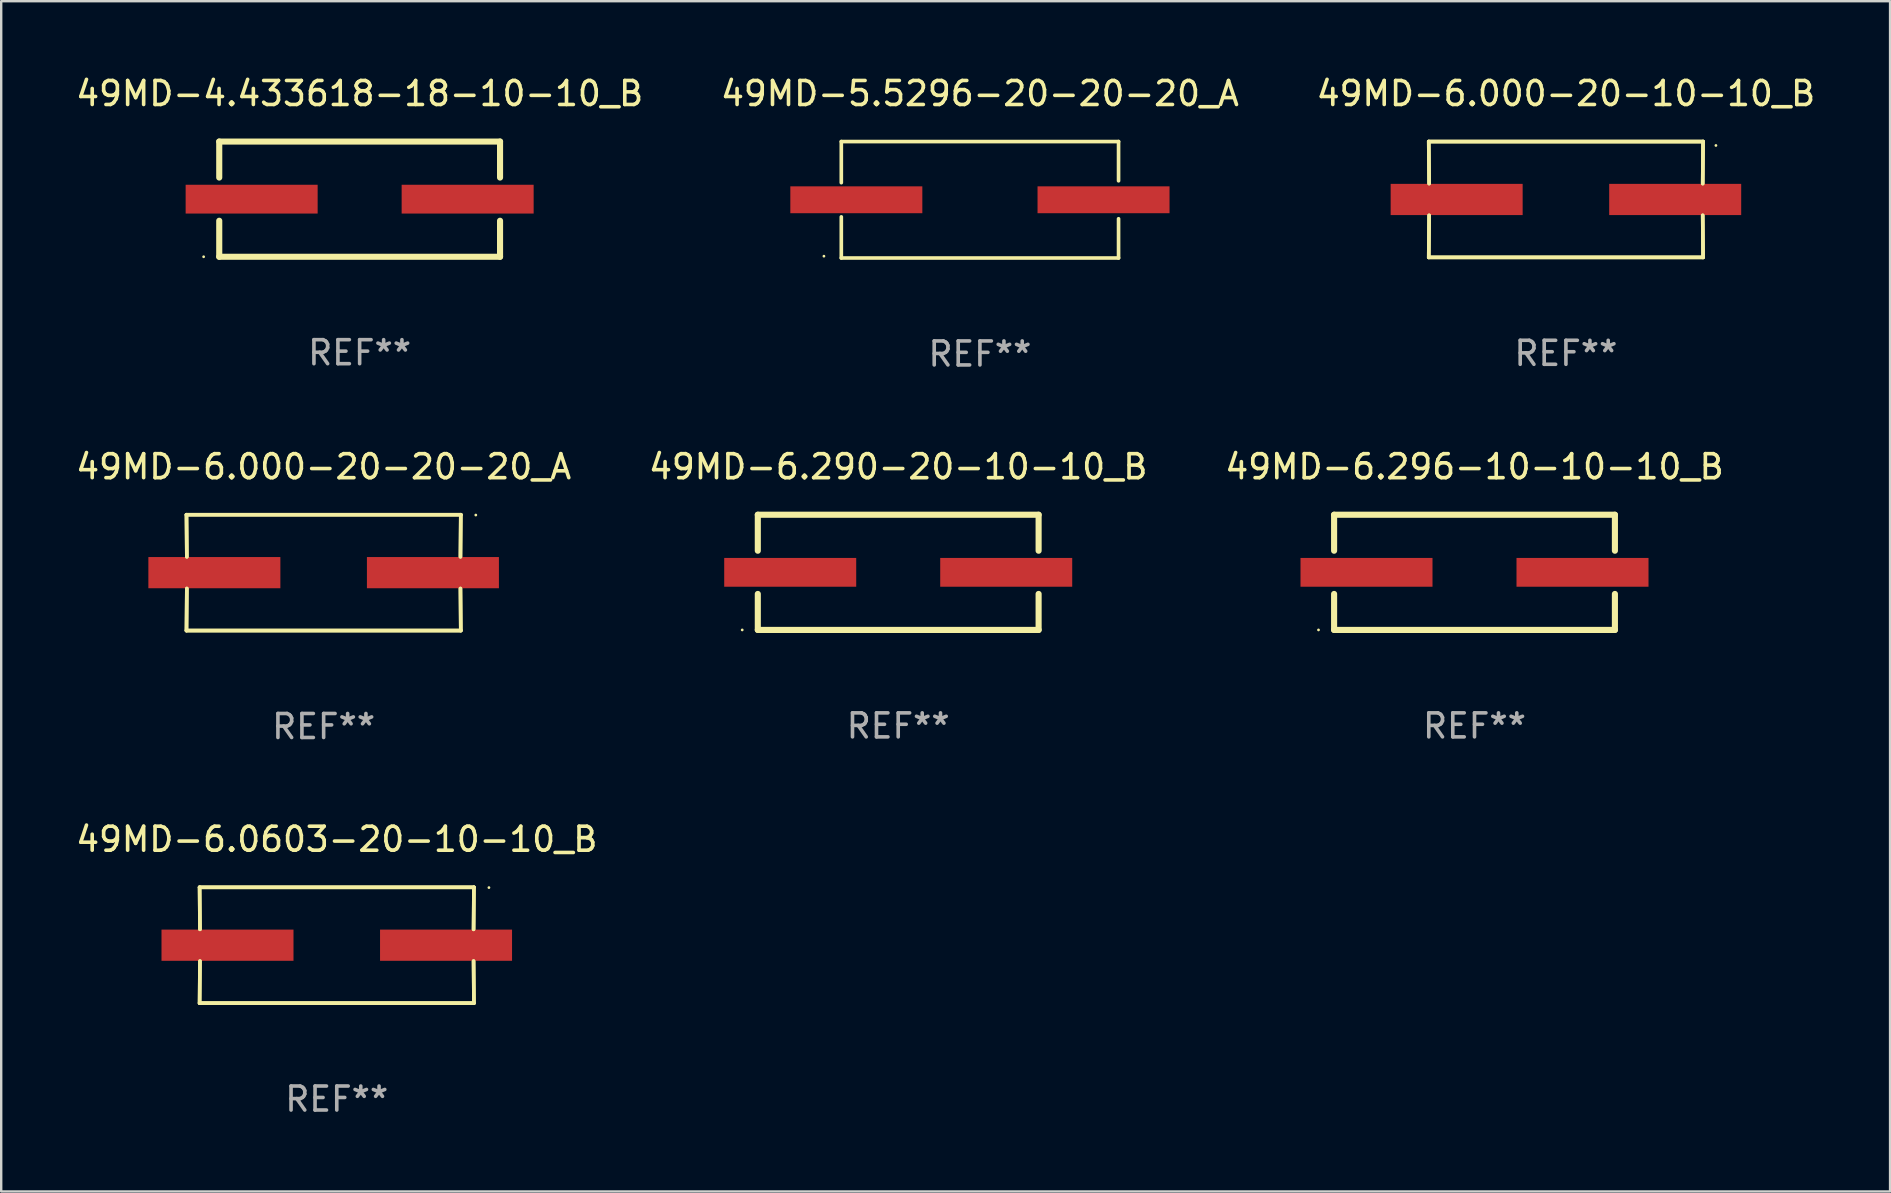
<source format=kicad_pcb>
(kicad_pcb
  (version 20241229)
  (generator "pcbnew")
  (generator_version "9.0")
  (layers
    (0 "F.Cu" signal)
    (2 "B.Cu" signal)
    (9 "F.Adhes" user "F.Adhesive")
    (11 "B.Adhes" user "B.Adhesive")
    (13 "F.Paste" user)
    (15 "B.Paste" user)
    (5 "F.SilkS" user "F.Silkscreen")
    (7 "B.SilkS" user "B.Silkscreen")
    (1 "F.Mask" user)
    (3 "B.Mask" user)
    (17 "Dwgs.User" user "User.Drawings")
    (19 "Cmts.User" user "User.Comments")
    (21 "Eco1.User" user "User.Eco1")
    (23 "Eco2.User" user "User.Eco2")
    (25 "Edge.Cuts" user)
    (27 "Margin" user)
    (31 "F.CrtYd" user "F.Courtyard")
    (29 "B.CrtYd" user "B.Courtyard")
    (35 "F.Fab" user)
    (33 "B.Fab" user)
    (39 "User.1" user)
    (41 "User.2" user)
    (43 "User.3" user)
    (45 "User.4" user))
  (footprint "49MD-5.5296-20-20-20_A"
    (layer "F.Cu")
    (at 37.78 5.274)
    (property "Reference" "49MD-5.5296-20-20-20_A" (at 0 -4.426 0) (layer "F.SilkS") (effects (font (size 1 1) (thickness 0.15))))
    (attr through_hole)
    (fp_line (start -5.776 -2.426) (end 5.776 -2.426) (stroke (width 0.152) (type solid)) (layer "F.SilkS"))
    (fp_line (start -5.776 -0.712) (end -5.776 -2.426) (stroke (width 0.152) (type solid)) (layer "F.SilkS"))
    (fp_line (start -5.776 0.712) (end -5.776 2.426) (stroke (width 0.152) (type solid)) (layer "F.SilkS"))
    (fp_line (start -5.776 2.426) (end 5.776 2.426) (stroke (width 0.152) (type solid)) (layer "F.SilkS"))
    (fp_line (start 5.776 -2.426) (end 5.776 -0.791) (stroke (width 0.152) (type solid)) (layer "F.SilkS"))
    (fp_line (start 5.776 0.791) (end 5.776 2.426) (stroke (width 0.152) (type solid)) (layer "F.SilkS"))
    (fp_circle (center -6.5 2.35) (end -6.47 2.35) (stroke (width 0.06) (type solid)) (fill no) (layer "F.SilkS"))
    (fp_text user "REF**" (at 0 6.426 0) (layer "F.Fab") (effects (font (size 1 1) (thickness 0.15))))
    (pad "1" smd rect (at -5.15 0) (size 5.5 1.12) (layers "F.Cu" "F.Mask" "F.Paste"))
    (pad "2" smd rect (at 5.15 0) (size 5.5 1.12) (layers "F.Cu" "F.Mask" "F.Paste")))
  (footprint "49MD-6.296-10-10-10_B"
    (layer "F.Cu")
    (at 58.387 20.797)
    (property "Reference" "49MD-6.296-10-10-10_B" (at 0 -4.4 0) (layer "F.SilkS") (effects (font (size 1 1) (thickness 0.15))))
    (attr through_hole)
    (fp_line (start -5.85 -2.4) (end 5.85 -2.4) (stroke (width 0.254) (type solid)) (layer "F.SilkS"))
    (fp_line (start -5.85 -2.4) (end -5.85 -0.9) (stroke (width 0.254) (type solid)) (layer "F.SilkS"))
    (fp_line (start -5.85 2.4) (end 5.85 2.4) (stroke (width 0.254) (type solid)) (layer "F.SilkS"))
    (fp_line (start -5.85 0.9) (end -5.85 2.4) (stroke (width 0.254) (type solid)) (layer "F.SilkS"))
    (fp_line (start 5.85 -2.4) (end 5.85 -0.9) (stroke (width 0.254) (type solid)) (layer "F.SilkS"))
    (fp_line (start 5.85 0.9) (end 5.85 2.4) (stroke (width 0.254) (type solid)) (layer "F.SilkS"))
    (fp_circle (center -6.5 2.4) (end -6.47 2.4) (stroke (width 0.06) (type solid)) (fill no) (layer "F.SilkS"))
    (fp_text user "REF**" (at 0 6.4 0) (layer "F.Fab") (effects (font (size 1 1) (thickness 0.15))))
    (pad "1" smd rect (at -4.5 -0.000025) (size 5.5 1.2) (layers "F.Cu" "F.Mask" "F.Paste"))
    (pad "2" smd rect (at 4.5 -0.000025) (size 5.5 1.2) (layers "F.Cu" "F.Mask" "F.Paste")))
  (footprint "49MD-6.0603-20-10-10_B"
    (layer "F.Cu")
    (at 10.982 36.333)
    (property "Reference" "49MD-6.0603-20-10-10_B" (at 0 -4.413 0) (layer "F.SilkS") (effects (font (size 1 1) (thickness 0.15))))
    (attr through_hole)
    (fp_line (start -5.715 -2.413) (end -5.7 -0.662) (stroke (width 0.152) (type solid)) (layer "F.SilkS"))
    (fp_line (start -5.715 -2.413) (end -5.7 -0.662) (stroke (width 0.152) (type solid)) (layer "F.SilkS"))
    (fp_line (start -5.715 2.413) (end 5.715 2.413) (stroke (width 0.152) (type solid)) (layer "F.SilkS"))
    (fp_line (start -5.715 2.413) (end 5.715 2.413) (stroke (width 0.152) (type solid)) (layer "F.SilkS"))
    (fp_line (start -5.7 0.662) (end -5.715 2.413) (stroke (width 0.152) (type solid)) (layer "F.SilkS"))
    (fp_line (start -5.7 0.662) (end -5.715 2.413) (stroke (width 0.152) (type solid)) (layer "F.SilkS"))
    (fp_line (start 5.7 -0.662) (end 5.715 -2.413) (stroke (width 0.152) (type solid)) (layer "F.SilkS"))
    (fp_line (start 5.7 -0.662) (end 5.715 -2.413) (stroke (width 0.152) (type solid)) (layer "F.SilkS"))
    (fp_line (start 5.715 -2.413) (end -5.715 -2.413) (stroke (width 0.152) (type solid)) (layer "F.SilkS"))
    (fp_line (start 5.715 -2.413) (end -5.715 -2.413) (stroke (width 0.152) (type solid)) (layer "F.SilkS"))
    (fp_line (start 5.715 2.413) (end 5.7 0.662) (stroke (width 0.152) (type solid)) (layer "F.SilkS"))
    (fp_line (start 5.715 2.413) (end 5.7 0.662) (stroke (width 0.152) (type solid)) (layer "F.SilkS"))
    (fp_circle (center 6.34 -2.4) (end 6.37 -2.4) (stroke (width 0.06) (type solid)) (fill no) (layer "F.SilkS"))
    (fp_text user "REF**" (at 0 6.413 0) (layer "F.Fab") (effects (font (size 1 1) (thickness 0.15))))
    (pad "1" smd rect (at 4.553 0) (size 5.5 1.3) (layers "F.Cu" "F.Mask" "F.Paste"))
    (pad "2" smd rect (at -4.553 0) (size 5.5 1.3) (layers "F.Cu" "F.Mask" "F.Paste")))
  (footprint "49MD-4.433618-18-10-10_B"
    (layer "F.Cu")
    (at 11.935 5.248)
    (property "Reference" "49MD-4.433618-18-10-10_B" (at 0 -4.4 0) (layer "F.SilkS") (effects (font (size 1 1) (thickness 0.15))))
    (attr through_hole)
    (fp_line (start -5.85 -2.4) (end 5.85 -2.4) (stroke (width 0.254) (type solid)) (layer "F.SilkS"))
    (fp_line (start -5.85 -2.4) (end -5.85 -0.9) (stroke (width 0.254) (type solid)) (layer "F.SilkS"))
    (fp_line (start -5.85 2.4) (end 5.85 2.4) (stroke (width 0.254) (type solid)) (layer "F.SilkS"))
    (fp_line (start -5.85 0.9) (end -5.85 2.4) (stroke (width 0.254) (type solid)) (layer "F.SilkS"))
    (fp_line (start 5.85 -2.4) (end 5.85 -0.9) (stroke (width 0.254) (type solid)) (layer "F.SilkS"))
    (fp_line (start 5.85 0.9) (end 5.85 2.4) (stroke (width 0.254) (type solid)) (layer "F.SilkS"))
    (fp_circle (center -6.5 2.4) (end -6.47 2.4) (stroke (width 0.06) (type solid)) (fill no) (layer "F.SilkS"))
    (fp_text user "REF**" (at 0 6.4 0) (layer "F.Fab") (effects (font (size 1 1) (thickness 0.15))))
    (pad "1" smd rect (at -4.5 -0.000025) (size 5.5 1.2) (layers "F.Cu" "F.Mask" "F.Paste"))
    (pad "2" smd rect (at 4.5 -0.000025) (size 5.5 1.2) (layers "F.Cu" "F.Mask" "F.Paste")))
  (footprint "49MD-6.000-20-20-20_A"
    (layer "F.Cu")
    (at 10.435 20.81)
    (property "Reference" "49MD-6.000-20-20-20_A" (at 0 -4.413 0) (layer "F.SilkS") (effects (font (size 1 1) (thickness 0.15))))
    (attr through_hole)
    (fp_line (start -5.715 -2.413) (end -5.7 -0.662) (stroke (width 0.152) (type solid)) (layer "F.SilkS"))
    (fp_line (start -5.715 -2.413) (end -5.7 -0.662) (stroke (width 0.152) (type solid)) (layer "F.SilkS"))
    (fp_line (start -5.715 2.413) (end 5.715 2.413) (stroke (width 0.152) (type solid)) (layer "F.SilkS"))
    (fp_line (start -5.715 2.413) (end 5.715 2.413) (stroke (width 0.152) (type solid)) (layer "F.SilkS"))
    (fp_line (start -5.7 0.662) (end -5.715 2.413) (stroke (width 0.152) (type solid)) (layer "F.SilkS"))
    (fp_line (start -5.7 0.662) (end -5.715 2.413) (stroke (width 0.152) (type solid)) (layer "F.SilkS"))
    (fp_line (start 5.7 -0.662) (end 5.715 -2.413) (stroke (width 0.152) (type solid)) (layer "F.SilkS"))
    (fp_line (start 5.7 -0.662) (end 5.715 -2.413) (stroke (width 0.152) (type solid)) (layer "F.SilkS"))
    (fp_line (start 5.715 -2.413) (end -5.715 -2.413) (stroke (width 0.152) (type solid)) (layer "F.SilkS"))
    (fp_line (start 5.715 -2.413) (end -5.715 -2.413) (stroke (width 0.152) (type solid)) (layer "F.SilkS"))
    (fp_line (start 5.715 2.413) (end 5.7 0.662) (stroke (width 0.152) (type solid)) (layer "F.SilkS"))
    (fp_line (start 5.715 2.413) (end 5.7 0.662) (stroke (width 0.152) (type solid)) (layer "F.SilkS"))
    (fp_circle (center 6.34 -2.4) (end 6.37 -2.4) (stroke (width 0.06) (type solid)) (fill no) (layer "F.SilkS"))
    (fp_text user "REF**" (at 0 6.413 0) (layer "F.Fab") (effects (font (size 1 1) (thickness 0.15))))
    (pad "1" smd rect (at 4.553 0) (size 5.5 1.3) (layers "F.Cu" "F.Mask" "F.Paste"))
    (pad "2" smd rect (at -4.553 0) (size 5.5 1.3) (layers "F.Cu" "F.Mask" "F.Paste")))
  (footprint "49MD-6.290-20-10-10_B"
    (layer "F.Cu")
    (at 34.375 20.797)
    (property "Reference" "49MD-6.290-20-10-10_B" (at 0 -4.4 0) (layer "F.SilkS") (effects (font (size 1 1) (thickness 0.15))))
    (attr through_hole)
    (fp_line (start -5.85 -2.4) (end 5.85 -2.4) (stroke (width 0.254) (type solid)) (layer "F.SilkS"))
    (fp_line (start -5.85 -2.4) (end -5.85 -0.9) (stroke (width 0.254) (type solid)) (layer "F.SilkS"))
    (fp_line (start -5.85 2.4) (end 5.85 2.4) (stroke (width 0.254) (type solid)) (layer "F.SilkS"))
    (fp_line (start -5.85 0.9) (end -5.85 2.4) (stroke (width 0.254) (type solid)) (layer "F.SilkS"))
    (fp_line (start 5.85 -2.4) (end 5.85 -0.9) (stroke (width 0.254) (type solid)) (layer "F.SilkS"))
    (fp_line (start 5.85 0.9) (end 5.85 2.4) (stroke (width 0.254) (type solid)) (layer "F.SilkS"))
    (fp_circle (center -6.5 2.4) (end -6.47 2.4) (stroke (width 0.06) (type solid)) (fill no) (layer "F.SilkS"))
    (fp_text user "REF**" (at 0 6.4 0) (layer "F.Fab") (effects (font (size 1 1) (thickness 0.15))))
    (pad "1" smd rect (at -4.5 -0.000025) (size 5.5 1.2) (layers "F.Cu" "F.Mask" "F.Paste"))
    (pad "2" smd rect (at 4.5 -0.000025) (size 5.5 1.2) (layers "F.Cu" "F.Mask" "F.Paste")))
  (footprint "49MD-6.000-20-10-10_B"
    (layer "F.Cu")
    (at 62.196 5.261)
    (property "Reference" "49MD-6.000-20-10-10_B" (at 0 -4.413 0) (layer "F.SilkS") (effects (font (size 1 1) (thickness 0.15))))
    (attr through_hole)
    (fp_line (start -5.715 -2.413) (end -5.7 -0.662) (stroke (width 0.152) (type solid)) (layer "F.SilkS"))
    (fp_line (start -5.715 -2.413) (end -5.7 -0.662) (stroke (width 0.152) (type solid)) (layer "F.SilkS"))
    (fp_line (start -5.715 2.413) (end 5.715 2.413) (stroke (width 0.152) (type solid)) (layer "F.SilkS"))
    (fp_line (start -5.715 2.413) (end 5.715 2.413) (stroke (width 0.152) (type solid)) (layer "F.SilkS"))
    (fp_line (start -5.7 0.662) (end -5.715 2.413) (stroke (width 0.152) (type solid)) (layer "F.SilkS"))
    (fp_line (start -5.7 0.662) (end -5.715 2.413) (stroke (width 0.152) (type solid)) (layer "F.SilkS"))
    (fp_line (start 5.7 -0.662) (end 5.715 -2.413) (stroke (width 0.152) (type solid)) (layer "F.SilkS"))
    (fp_line (start 5.7 -0.662) (end 5.715 -2.413) (stroke (width 0.152) (type solid)) (layer "F.SilkS"))
    (fp_line (start 5.715 -2.413) (end -5.715 -2.413) (stroke (width 0.152) (type solid)) (layer "F.SilkS"))
    (fp_line (start 5.715 -2.413) (end -5.715 -2.413) (stroke (width 0.152) (type solid)) (layer "F.SilkS"))
    (fp_line (start 5.715 2.413) (end 5.7 0.662) (stroke (width 0.152) (type solid)) (layer "F.SilkS"))
    (fp_line (start 5.715 2.413) (end 5.7 0.662) (stroke (width 0.152) (type solid)) (layer "F.SilkS"))
    (fp_circle (center 6.25 -2.25) (end 6.28 -2.25) (stroke (width 0.06) (type solid)) (fill no) (layer "F.SilkS"))
    (fp_text user "REF**" (at 0 6.413 0) (layer "F.Fab") (effects (font (size 1 1) (thickness 0.15))))
    (pad "1" smd rect (at 4.553 0.000127) (size 5.5 1.3) (layers "F.Cu" "F.Mask" "F.Paste"))
    (pad "2" smd rect (at -4.553 0.000127) (size 5.5 1.3) (layers "F.Cu" "F.Mask" "F.Paste")))
  (gr_rect
    (start -3 -3)
    (end 75.702 46.594)
    (stroke (width 0.1) (type default))
    (fill no)
    (layer "Edge.Cuts")))
</source>
